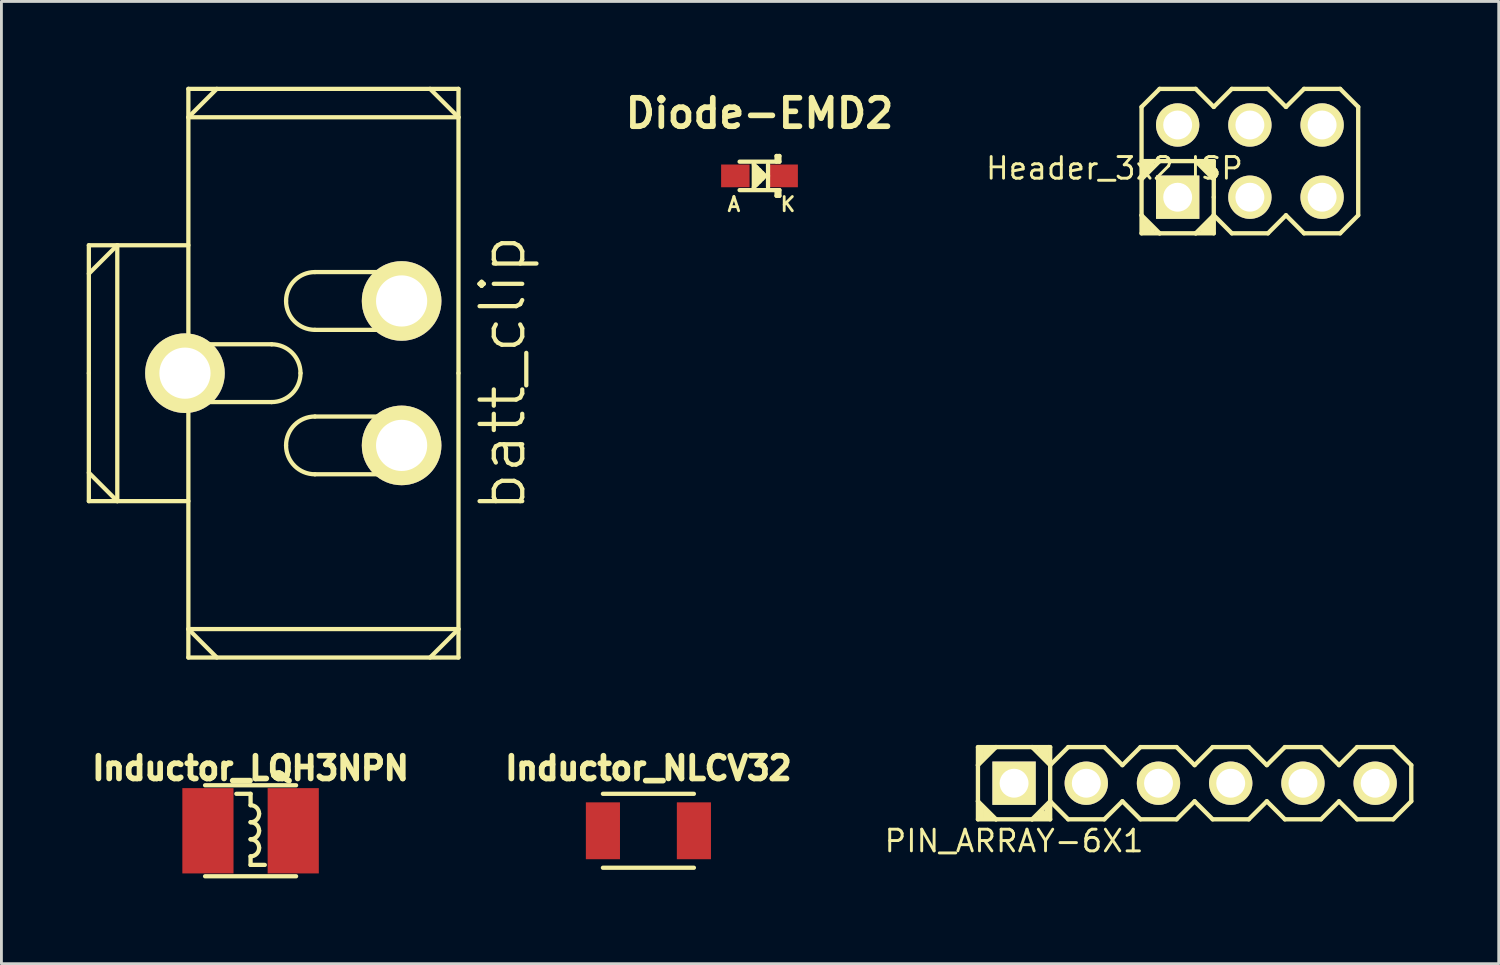
<source format=kicad_pcb>
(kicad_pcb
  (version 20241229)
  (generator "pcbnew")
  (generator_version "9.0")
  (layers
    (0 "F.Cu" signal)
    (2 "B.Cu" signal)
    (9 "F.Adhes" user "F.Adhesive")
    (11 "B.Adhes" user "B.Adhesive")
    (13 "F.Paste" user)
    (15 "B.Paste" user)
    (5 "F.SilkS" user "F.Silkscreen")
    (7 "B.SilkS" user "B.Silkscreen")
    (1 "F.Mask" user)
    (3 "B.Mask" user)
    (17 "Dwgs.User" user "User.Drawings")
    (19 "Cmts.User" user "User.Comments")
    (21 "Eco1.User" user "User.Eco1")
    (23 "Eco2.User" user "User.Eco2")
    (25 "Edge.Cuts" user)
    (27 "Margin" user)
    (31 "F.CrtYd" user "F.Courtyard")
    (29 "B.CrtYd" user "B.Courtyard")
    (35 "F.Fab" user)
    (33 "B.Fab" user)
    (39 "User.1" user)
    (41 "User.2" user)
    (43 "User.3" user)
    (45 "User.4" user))
  (footprint "Inductor_LQH3NPN"
    (layer "F.Cu")
    (at 5.763 26.169)
    (property "Reference" "Inductor_LQH3NPN" (at 0 -2.2 0) (layer "F.SilkS") (effects (font (size 0.8 0.8) (thickness 0.2))))
    (attr smd)
    (fp_line (start -1.6 1.6) (end 1.6 1.6) (stroke (width 0.15) (type solid)) (layer "F.SilkS"))
    (fp_line (start 0 -1.3) (end -0.5 -1.3) (stroke (width 0.15) (type solid)) (layer "F.SilkS"))
    (fp_line (start 0 -0.9) (end 0 -1.3) (stroke (width 0.15) (type solid)) (layer "F.SilkS"))
    (fp_line (start 0 0.9) (end 0 1.2) (stroke (width 0.15) (type solid)) (layer "F.SilkS"))
    (fp_line (start 0 1.2) (end 0.5 1.2) (stroke (width 0.15) (type solid)) (layer "F.SilkS"))
    (fp_line (start 1.6 -1.6) (end -1.6 -1.6) (stroke (width 0.15) (type solid)) (layer "F.SilkS"))
    (fp_arc (start 0 -0.9) (mid 0.212132 -0.812132) (end 0.3 -0.6) (stroke (width 0.15) (type solid)) (layer "F.SilkS"))
    (fp_arc (start 0 -0.3) (mid 0.212132 -0.212132) (end 0.3 0) (stroke (width 0.15) (type solid)) (layer "F.SilkS"))
    (fp_arc (start 0 0.3) (mid 0.212132 0.387868) (end 0.3 0.6) (stroke (width 0.15) (type solid)) (layer "F.SilkS"))
    (fp_arc (start 0.3 -0.6) (mid 0.212132 -0.387868) (end 0 -0.3) (stroke (width 0.15) (type solid)) (layer "F.SilkS"))
    (fp_arc (start 0.3 0) (mid 0.212132 0.212132) (end 0 0.3) (stroke (width 0.15) (type solid)) (layer "F.SilkS"))
    (fp_arc (start 0.3 0.6) (mid 0.212132 0.812132) (end 0 0.9) (stroke (width 0.15) (type solid)) (layer "F.SilkS"))
    (pad "1" smd rect (at -1.5 0) (size 1.8 3) (layers "F.Cu" "F.Mask" "F.Paste"))
    (pad "2" smd rect (at 1.5 0) (size 1.8 3) (layers "F.Cu" "F.Mask" "F.Paste")))
  (footprint "Header_3x2_ISP"
    (layer "F.Cu")
    (at 38.369 3.886)
    (property "Reference" "Header_3x2_ISP" (at -2.223 -1.016 0) (layer "F.SilkS") (effects (font (size 0.762 0.762) (thickness 0.102))))
    (attr through_hole)
    (fp_line (start -1.27 -3.175) (end -0.635 -3.81) (stroke (width 0.152) (type solid)) (layer "F.SilkS"))
    (fp_line (start -1.27 0.635) (end -1.27 -3.175) (stroke (width 0.152) (type solid)) (layer "F.SilkS"))
    (fp_line (start -1.27 0.635) (end -1.27 1.27) (stroke (width 0.152) (type solid)) (layer "F.SilkS"))
    (fp_line (start -1.27 1.27) (end -0.635 1.27) (stroke (width 0.152) (type solid)) (layer "F.SilkS"))
    (fp_line (start -1.143 -1.206) (end -1.143 -0.826) (stroke (width 0.152) (type solid)) (layer "F.SilkS"))
    (fp_line (start -1.143 1.206) (end -1.143 0.826) (stroke (width 0.152) (type solid)) (layer "F.SilkS"))
    (fp_line (start -1.016 -1.206) (end -1.016 -0.953) (stroke (width 0.152) (type solid)) (layer "F.SilkS"))
    (fp_line (start -1.016 1.206) (end -1.016 0.953) (stroke (width 0.152) (type solid)) (layer "F.SilkS"))
    (fp_line (start -0.889 -1.206) (end -0.889 -1.079) (stroke (width 0.152) (type solid)) (layer "F.SilkS"))
    (fp_line (start -0.889 1.206) (end -0.889 1.079) (stroke (width 0.152) (type solid)) (layer "F.SilkS"))
    (fp_line (start -0.635 -3.81) (end 0.635 -3.81) (stroke (width 0.152) (type solid)) (layer "F.SilkS"))
    (fp_line (start -0.635 -1.27) (end -1.27 -1.27) (stroke (width 0.152) (type solid)) (layer "F.SilkS"))
    (fp_line (start -0.635 -1.27) (end -1.27 -0.635) (stroke (width 0.152) (type solid)) (layer "F.SilkS"))
    (fp_line (start -0.635 1.27) (end -1.27 0.635) (stroke (width 0.152) (type solid)) (layer "F.SilkS"))
    (fp_line (start 0.635 -3.81) (end 1.27 -3.175) (stroke (width 0.152) (type solid)) (layer "F.SilkS"))
    (fp_line (start 0.635 -1.27) (end -0.635 -1.27) (stroke (width 0.152) (type solid)) (layer "F.SilkS"))
    (fp_line (start 0.635 -1.27) (end 1.27 -1.27) (stroke (width 0.152) (type solid)) (layer "F.SilkS"))
    (fp_line (start 0.635 1.27) (end -0.635 1.27) (stroke (width 0.152) (type solid)) (layer "F.SilkS"))
    (fp_line (start 0.889 -1.206) (end 0.889 -1.079) (stroke (width 0.152) (type solid)) (layer "F.SilkS"))
    (fp_line (start 0.889 1.206) (end 0.889 1.079) (stroke (width 0.152) (type solid)) (layer "F.SilkS"))
    (fp_line (start 1.016 -1.206) (end 1.016 -0.953) (stroke (width 0.152) (type solid)) (layer "F.SilkS"))
    (fp_line (start 1.016 1.206) (end 1.016 0.953) (stroke (width 0.152) (type solid)) (layer "F.SilkS"))
    (fp_line (start 1.143 -1.206) (end 1.143 -0.826) (stroke (width 0.152) (type solid)) (layer "F.SilkS"))
    (fp_line (start 1.143 1.206) (end 1.143 0.826) (stroke (width 0.152) (type solid)) (layer "F.SilkS"))
    (fp_line (start 1.27 -3.175) (end 1.905 -3.81) (stroke (width 0.152) (type solid)) (layer "F.SilkS"))
    (fp_line (start 1.27 -1.27) (end 1.27 -0.635) (stroke (width 0.152) (type solid)) (layer "F.SilkS"))
    (fp_line (start 1.27 -0.635) (end 0.635 -1.27) (stroke (width 0.152) (type solid)) (layer "F.SilkS"))
    (fp_line (start 1.27 0) (end 1.27 -0.635) (stroke (width 0.152) (type solid)) (layer "F.SilkS"))
    (fp_line (start 1.27 0.635) (end 0.635 1.27) (stroke (width 0.152) (type solid)) (layer "F.SilkS"))
    (fp_line (start 1.27 0.635) (end 1.27 0) (stroke (width 0.152) (type solid)) (layer "F.SilkS"))
    (fp_line (start 1.27 0.635) (end 1.27 1.27) (stroke (width 0.152) (type solid)) (layer "F.SilkS"))
    (fp_line (start 1.27 1.27) (end 0.635 1.27) (stroke (width 0.152) (type solid)) (layer "F.SilkS"))
    (fp_line (start 1.905 -3.81) (end 3.175 -3.81) (stroke (width 0.152) (type solid)) (layer "F.SilkS"))
    (fp_line (start 1.905 1.27) (end 1.27 0.635) (stroke (width 0.152) (type solid)) (layer "F.SilkS"))
    (fp_line (start 3.175 -3.81) (end 3.81 -3.175) (stroke (width 0.152) (type solid)) (layer "F.SilkS"))
    (fp_line (start 3.175 1.27) (end 1.905 1.27) (stroke (width 0.152) (type solid)) (layer "F.SilkS"))
    (fp_line (start 3.81 -3.175) (end 4.445 -3.81) (stroke (width 0.152) (type solid)) (layer "F.SilkS"))
    (fp_line (start 3.81 0.635) (end 3.175 1.27) (stroke (width 0.152) (type solid)) (layer "F.SilkS"))
    (fp_line (start 4.445 -3.81) (end 5.715 -3.81) (stroke (width 0.152) (type solid)) (layer "F.SilkS"))
    (fp_line (start 4.445 1.27) (end 3.81 0.635) (stroke (width 0.152) (type solid)) (layer "F.SilkS"))
    (fp_line (start 5.715 -3.81) (end 6.35 -3.175) (stroke (width 0.152) (type solid)) (layer "F.SilkS"))
    (fp_line (start 5.715 1.27) (end 4.445 1.27) (stroke (width 0.152) (type solid)) (layer "F.SilkS"))
    (fp_line (start 6.35 -3.175) (end 6.35 0.635) (stroke (width 0.152) (type solid)) (layer "F.SilkS"))
    (fp_line (start 6.35 0.635) (end 5.715 1.27) (stroke (width 0.152) (type solid)) (layer "F.SilkS"))
    (pad "1" thru_hole rect (at 0 0) (size 1.524 1.524) (drill 1.016) (layers "*.Cu" "*.Mask" "F.SilkS"))
    (pad "2" thru_hole circle (at 0 -2.54) (size 1.524 1.524) (drill 1.016) (layers "*.Cu" "*.Mask" "F.SilkS"))
    (pad "3" thru_hole circle (at 2.54 0) (size 1.524 1.524) (drill 1.016) (layers "*.Cu" "*.Mask" "F.SilkS"))
    (pad "4" thru_hole circle (at 2.54 -2.54) (size 1.524 1.524) (drill 1.016) (layers "*.Cu" "*.Mask" "F.SilkS"))
    (pad "5" thru_hole circle (at 5.08 0) (size 1.524 1.524) (drill 1.016) (layers "*.Cu" "*.Mask" "F.SilkS"))
    (pad "6" thru_hole circle (at 5.08 -2.54) (size 1.524 1.524) (drill 1.016) (layers "*.Cu" "*.Mask" "F.SilkS")))
  (footprint "Inductor_NLCV32"
    (layer "F.Cu")
    (at 19.755 26.169)
    (property "Reference" "Inductor_NLCV32" (at 0 -2.2 0) (layer "F.SilkS") (effects (font (size 0.8 0.8) (thickness 0.2))))
    (attr smd)
    (fp_line (start -1.6 1.3) (end 1.6 1.3) (stroke (width 0.15) (type solid)) (layer "F.SilkS"))
    (fp_line (start 1.6 -1.3) (end -1.6 -1.3) (stroke (width 0.15) (type solid)) (layer "F.SilkS"))
    (pad "1" smd rect (at -1.6 0) (size 1.2 2) (layers "F.Cu" "F.Mask" "F.Paste"))
    (pad "2" smd rect (at 1.6 0) (size 1.2 2) (layers "F.Cu" "F.Mask" "F.Paste")))
  (footprint "batt_clip"
    (layer "F.Cu")
    (at 11.075 10.075)
    (property "Reference" "batt_clip" (at 3.556 0 90) (layer "F.SilkS") (effects (font (size 1.5 1.5) (thickness 0.15))))
    (attr through_hole)
    (fp_line (start -11 -4.5) (end -11 0) (stroke (width 0.15) (type solid)) (layer "F.SilkS"))
    (fp_line (start -11 0) (end -11 4.5) (stroke (width 0.15) (type solid)) (layer "F.SilkS"))
    (fp_line (start -11 4.5) (end -7.5 4.5) (stroke (width 0.15) (type solid)) (layer "F.SilkS"))
    (fp_line (start -10 -4.5) (end -11 -3.5) (stroke (width 0.15) (type solid)) (layer "F.SilkS"))
    (fp_line (start -10 4.5) (end -11 3.5) (stroke (width 0.15) (type solid)) (layer "F.SilkS"))
    (fp_line (start -10 4.5) (end -10 -4.5) (stroke (width 0.15) (type solid)) (layer "F.SilkS"))
    (fp_line (start -7.5 -10) (end 2 -10) (stroke (width 0.15) (type solid)) (layer "F.SilkS"))
    (fp_line (start -7.5 -9) (end -6.5 -10) (stroke (width 0.15) (type solid)) (layer "F.SilkS"))
    (fp_line (start -7.5 -4.5) (end -11 -4.5) (stroke (width 0.15) (type solid)) (layer "F.SilkS"))
    (fp_line (start -7.5 -1) (end -7.5 -10) (stroke (width 0.15) (type solid)) (layer "F.SilkS"))
    (fp_line (start -7.5 9) (end -6.5 10) (stroke (width 0.15) (type solid)) (layer "F.SilkS"))
    (fp_line (start -7.5 9) (end 2 9) (stroke (width 0.15) (type solid)) (layer "F.SilkS"))
    (fp_line (start -7.5 10) (end -7.5 1) (stroke (width 0.15) (type solid)) (layer "F.SilkS"))
    (fp_line (start -4.572 -1.016) (end -7.366 -1.016) (stroke (width 0.15) (type solid)) (layer "F.SilkS"))
    (fp_line (start -4.572 1.016) (end -7.366 1.016) (stroke (width 0.15) (type solid)) (layer "F.SilkS"))
    (fp_line (start -3.048 -3.556) (end 0 -3.556) (stroke (width 0.15) (type solid)) (layer "F.SilkS"))
    (fp_line (start -3.048 -1.524) (end 0 -1.524) (stroke (width 0.15) (type solid)) (layer "F.SilkS"))
    (fp_line (start -3.048 1.524) (end 0 1.524) (stroke (width 0.15) (type solid)) (layer "F.SilkS"))
    (fp_line (start -3.048 3.556) (end 0 3.556) (stroke (width 0.15) (type solid)) (layer "F.SilkS"))
    (fp_line (start 2 -9) (end -7.5 -9) (stroke (width 0.15) (type solid)) (layer "F.SilkS"))
    (fp_line (start 2 -9) (end 1 -10) (stroke (width 0.15) (type solid)) (layer "F.SilkS"))
    (fp_line (start 2 0) (end 2 -10) (stroke (width 0.15) (type solid)) (layer "F.SilkS"))
    (fp_line (start 2 9) (end 1 10) (stroke (width 0.15) (type solid)) (layer "F.SilkS"))
    (fp_line (start 2 10) (end -7.5 10) (stroke (width 0.15) (type solid)) (layer "F.SilkS"))
    (fp_line (start 2 10) (end 2 0) (stroke (width 0.15) (type solid)) (layer "F.SilkS"))
    (fp_arc (start -4.572 -1.016) (mid -3.85358 -0.71842) (end -3.556 0) (stroke (width 0.15) (type solid)) (layer "F.SilkS"))
    (fp_arc (start -4.064 -2.54) (mid -3.76642 -3.25842) (end -3.048 -3.556) (stroke (width 0.15) (type solid)) (layer "F.SilkS"))
    (fp_arc (start -4.064 2.54) (mid -3.76642 1.82158) (end -3.048 1.524) (stroke (width 0.15) (type solid)) (layer "F.SilkS"))
    (fp_arc (start -3.556 0) (mid -3.85358 0.71842) (end -4.572 1.016) (stroke (width 0.15) (type solid)) (layer "F.SilkS"))
    (fp_arc (start -3.048 -1.524) (mid -3.76642 -1.82158) (end -4.064 -2.54) (stroke (width 0.15) (type solid)) (layer "F.SilkS"))
    (fp_arc (start -3.048 3.556) (mid -3.76642 3.25842) (end -4.064 2.54) (stroke (width 0.15) (type solid)) (layer "F.SilkS"))
    (pad "1" thru_hole circle (at -7.62 0) (size 2.8 2.8) (drill 1.8) (layers "*.Cu" "*.Mask" "F.SilkS"))
    (pad "1" thru_hole circle (at 0 -2.54) (size 2.8 2.8) (drill 1.8) (layers "*.Cu" "*.Mask" "F.SilkS"))
    (pad "1" thru_hole circle (at 0 2.54) (size 2.8 2.8) (drill 1.8) (layers "*.Cu" "*.Mask" "F.SilkS")))
  (footprint "PIN_ARRAY-6X1"
    (layer "F.Cu")
    (at 38.965 24.496)
    (property "Reference" "PIN_ARRAY-6X1" (at -6.35 2.032 0) (layer "F.SilkS") (effects (font (size 0.762 0.762) (thickness 0.102))))
    (attr through_hole)
    (fp_line (start -7.62 -1.27) (end -6.985 -1.27) (stroke (width 0.152) (type solid)) (layer "F.SilkS"))
    (fp_line (start -7.62 -0.635) (end -7.62 -1.27) (stroke (width 0.152) (type solid)) (layer "F.SilkS"))
    (fp_line (start -7.62 -0.635) (end -7.62 0.635) (stroke (width 0.152) (type solid)) (layer "F.SilkS"))
    (fp_line (start -7.62 0.635) (end -7.62 1.27) (stroke (width 0.152) (type solid)) (layer "F.SilkS"))
    (fp_line (start -7.62 0.635) (end -6.985 1.27) (stroke (width 0.152) (type solid)) (layer "F.SilkS"))
    (fp_line (start -7.62 1.27) (end -6.985 1.27) (stroke (width 0.152) (type solid)) (layer "F.SilkS"))
    (fp_line (start -7.493 -1.206) (end -7.493 -0.826) (stroke (width 0.152) (type solid)) (layer "F.SilkS"))
    (fp_line (start -7.493 1.206) (end -7.493 0.826) (stroke (width 0.152) (type solid)) (layer "F.SilkS"))
    (fp_line (start -7.366 -1.206) (end -7.366 -0.953) (stroke (width 0.152) (type solid)) (layer "F.SilkS"))
    (fp_line (start -7.366 1.206) (end -7.366 0.953) (stroke (width 0.152) (type solid)) (layer "F.SilkS"))
    (fp_line (start -7.239 -1.206) (end -7.239 -1.079) (stroke (width 0.152) (type solid)) (layer "F.SilkS"))
    (fp_line (start -7.239 1.206) (end -7.239 1.079) (stroke (width 0.152) (type solid)) (layer "F.SilkS"))
    (fp_line (start -6.985 -1.27) (end -7.62 -0.635) (stroke (width 0.152) (type solid)) (layer "F.SilkS"))
    (fp_line (start -6.985 1.27) (end -5.715 1.27) (stroke (width 0.152) (type solid)) (layer "F.SilkS"))
    (fp_line (start -5.715 -1.27) (end -6.985 -1.27) (stroke (width 0.152) (type solid)) (layer "F.SilkS"))
    (fp_line (start -5.715 -1.27) (end -5.144 -1.27) (stroke (width 0.152) (type solid)) (layer "F.SilkS"))
    (fp_line (start -5.715 1.27) (end -5.08 0.635) (stroke (width 0.152) (type solid)) (layer "F.SilkS"))
    (fp_line (start -5.461 -1.206) (end -5.461 -1.079) (stroke (width 0.152) (type solid)) (layer "F.SilkS"))
    (fp_line (start -5.461 1.206) (end -5.461 1.079) (stroke (width 0.152) (type solid)) (layer "F.SilkS"))
    (fp_line (start -5.334 -1.206) (end -5.334 -0.953) (stroke (width 0.152) (type solid)) (layer "F.SilkS"))
    (fp_line (start -5.334 1.206) (end -5.334 1.016) (stroke (width 0.152) (type solid)) (layer "F.SilkS"))
    (fp_line (start -5.207 -1.206) (end -5.207 -0.826) (stroke (width 0.152) (type solid)) (layer "F.SilkS"))
    (fp_line (start -5.207 1.206) (end -5.207 0.826) (stroke (width 0.152) (type solid)) (layer "F.SilkS"))
    (fp_line (start -5.144 -1.27) (end -5.08 -1.27) (stroke (width 0.152) (type solid)) (layer "F.SilkS"))
    (fp_line (start -5.08 -1.27) (end -5.08 -0.699) (stroke (width 0.152) (type solid)) (layer "F.SilkS"))
    (fp_line (start -5.08 -0.635) (end -5.715 -1.27) (stroke (width 0.152) (type solid)) (layer "F.SilkS"))
    (fp_line (start -5.08 -0.635) (end -5.08 0.635) (stroke (width 0.152) (type solid)) (layer "F.SilkS"))
    (fp_line (start -5.08 0.635) (end -5.08 1.27) (stroke (width 0.152) (type solid)) (layer "F.SilkS"))
    (fp_line (start -5.08 0.635) (end -4.445 1.27) (stroke (width 0.152) (type solid)) (layer "F.SilkS"))
    (fp_line (start -5.08 1.27) (end -5.715 1.27) (stroke (width 0.152) (type solid)) (layer "F.SilkS"))
    (fp_line (start -4.445 -1.27) (end -5.08 -0.635) (stroke (width 0.152) (type solid)) (layer "F.SilkS"))
    (fp_line (start -4.445 1.27) (end -3.175 1.27) (stroke (width 0.152) (type solid)) (layer "F.SilkS"))
    (fp_line (start -3.175 -1.27) (end -4.445 -1.27) (stroke (width 0.152) (type solid)) (layer "F.SilkS"))
    (fp_line (start -3.175 1.27) (end -2.54 0.635) (stroke (width 0.152) (type solid)) (layer "F.SilkS"))
    (fp_line (start -2.54 -0.635) (end -3.175 -1.27) (stroke (width 0.152) (type solid)) (layer "F.SilkS"))
    (fp_line (start -2.54 0.635) (end -1.905 1.27) (stroke (width 0.152) (type solid)) (layer "F.SilkS"))
    (fp_line (start -1.905 -1.27) (end -2.54 -0.635) (stroke (width 0.152) (type solid)) (layer "F.SilkS"))
    (fp_line (start -1.905 1.27) (end -0.635 1.27) (stroke (width 0.152) (type solid)) (layer "F.SilkS"))
    (fp_line (start -0.635 -1.27) (end -1.905 -1.27) (stroke (width 0.152) (type solid)) (layer "F.SilkS"))
    (fp_line (start -0.635 1.27) (end 0 0.635) (stroke (width 0.152) (type solid)) (layer "F.SilkS"))
    (fp_line (start 0 -0.635) (end -0.635 -1.27) (stroke (width 0.152) (type solid)) (layer "F.SilkS"))
    (fp_line (start 0 0.635) (end 0.635 1.27) (stroke (width 0.152) (type solid)) (layer "F.SilkS"))
    (fp_line (start 0.635 -1.27) (end 0 -0.635) (stroke (width 0.152) (type solid)) (layer "F.SilkS"))
    (fp_line (start 0.635 1.27) (end 1.905 1.27) (stroke (width 0.152) (type solid)) (layer "F.SilkS"))
    (fp_line (start 1.905 -1.27) (end 0.635 -1.27) (stroke (width 0.152) (type solid)) (layer "F.SilkS"))
    (fp_line (start 1.905 1.27) (end 2.54 0.635) (stroke (width 0.152) (type solid)) (layer "F.SilkS"))
    (fp_line (start 2.54 -0.635) (end 1.905 -1.27) (stroke (width 0.152) (type solid)) (layer "F.SilkS"))
    (fp_line (start 2.54 0.635) (end 3.175 1.27) (stroke (width 0.152) (type solid)) (layer "F.SilkS"))
    (fp_line (start 3.175 -1.27) (end 2.54 -0.635) (stroke (width 0.152) (type solid)) (layer "F.SilkS"))
    (fp_line (start 3.175 1.27) (end 4.445 1.27) (stroke (width 0.152) (type solid)) (layer "F.SilkS"))
    (fp_line (start 4.445 -1.27) (end 3.175 -1.27) (stroke (width 0.152) (type solid)) (layer "F.SilkS"))
    (fp_line (start 4.445 1.27) (end 5.08 0.635) (stroke (width 0.152) (type solid)) (layer "F.SilkS"))
    (fp_line (start 5.08 -0.635) (end 4.445 -1.27) (stroke (width 0.152) (type solid)) (layer "F.SilkS"))
    (fp_line (start 5.08 0.635) (end 5.715 1.27) (stroke (width 0.152) (type solid)) (layer "F.SilkS"))
    (fp_line (start 5.715 -1.27) (end 5.08 -0.635) (stroke (width 0.152) (type solid)) (layer "F.SilkS"))
    (fp_line (start 5.715 1.27) (end 6.985 1.27) (stroke (width 0.152) (type solid)) (layer "F.SilkS"))
    (fp_line (start 6.985 -1.27) (end 5.715 -1.27) (stroke (width 0.152) (type solid)) (layer "F.SilkS"))
    (fp_line (start 6.985 1.27) (end 7.62 0.635) (stroke (width 0.152) (type solid)) (layer "F.SilkS"))
    (fp_line (start 7.62 -0.635) (end 6.985 -1.27) (stroke (width 0.152) (type solid)) (layer "F.SilkS"))
    (fp_line (start 7.62 0.635) (end 7.62 -0.635) (stroke (width 0.152) (type solid)) (layer "F.SilkS"))
    (pad "1" thru_hole rect (at -6.35 0) (size 1.524 1.524) (drill 1.016) (layers "*.Cu" "*.Mask" "F.SilkS"))
    (pad "2" thru_hole circle (at -3.81 0) (size 1.524 1.524) (drill 1.016) (layers "*.Cu" "*.Mask" "F.SilkS"))
    (pad "3" thru_hole circle (at -1.27 0) (size 1.524 1.524) (drill 1.016) (layers "*.Cu" "*.Mask" "F.SilkS"))
    (pad "4" thru_hole circle (at 1.27 0) (size 1.524 1.524) (drill 1.016) (layers "*.Cu" "*.Mask" "F.SilkS"))
    (pad "5" thru_hole circle (at 3.81 0) (size 1.524 1.524) (drill 1.016) (layers "*.Cu" "*.Mask" "F.SilkS"))
    (pad "6" thru_hole circle (at 6.35 0) (size 1.524 1.524) (drill 1.016) (layers "*.Cu" "*.Mask" "F.SilkS")))
  (footprint "Diode-EMD2"
    (layer "F.Cu")
    (at 23.662 3.136)
    (property "Reference" "Diode-EMD2" (at 0 -2.2 0) (layer "F.SilkS") (effects (font (size 1 1) (thickness 0.2))))
    (attr smd)
    (fp_line (start -0.7 -0.5) (end 0.7 -0.5) (stroke (width 0.15) (type solid)) (layer "F.SilkS"))
    (fp_line (start -0.2 -0.4) (end -0.2 0.4) (stroke (width 0.15) (type solid)) (layer "F.SilkS"))
    (fp_line (start -0.2 0.4) (end 0.2 0) (stroke (width 0.15) (type solid)) (layer "F.SilkS"))
    (fp_line (start -0.1 -0.3) (end -0.1 0.3) (stroke (width 0.15) (type solid)) (layer "F.SilkS"))
    (fp_line (start 0 0.2) (end 0 -0.2) (stroke (width 0.15) (type solid)) (layer "F.SilkS"))
    (fp_line (start 0.1 -0.1) (end 0.1 0.1) (stroke (width 0.15) (type solid)) (layer "F.SilkS"))
    (fp_line (start 0.2 0) (end -0.2 -0.4) (stroke (width 0.15) (type solid)) (layer "F.SilkS"))
    (fp_line (start 0.3 0) (end 0.3 -0.4) (stroke (width 0.15) (type solid)) (layer "F.SilkS"))
    (fp_line (start 0.3 0) (end 0.3 0.4) (stroke (width 0.15) (type solid)) (layer "F.SilkS"))
    (fp_line (start 0.6 -0.7) (end 0.6 -0.5) (stroke (width 0.15) (type solid)) (layer "F.SilkS"))
    (fp_line (start 0.6 0.7) (end 0.6 0.5) (stroke (width 0.15) (type solid)) (layer "F.SilkS"))
    (fp_line (start 0.7 -0.7) (end 0.6 -0.7) (stroke (width 0.15) (type solid)) (layer "F.SilkS"))
    (fp_line (start 0.7 -0.5) (end 0.7 -0.7) (stroke (width 0.15) (type solid)) (layer "F.SilkS"))
    (fp_line (start 0.7 0.5) (end -0.7 0.5) (stroke (width 0.15) (type solid)) (layer "F.SilkS"))
    (fp_line (start 0.7 0.5) (end 0.7 0.7) (stroke (width 0.15) (type solid)) (layer "F.SilkS"))
    (fp_line (start 0.7 0.7) (end 0.6 0.7) (stroke (width 0.15) (type solid)) (layer "F.SilkS"))
    (fp_text user "K" (at 1 1 0) (layer "F.SilkS") (effects (font (size 0.5 0.5) (thickness 0.099))))
    (fp_text user "A" (at -0.9 1 0) (layer "F.SilkS") (effects (font (size 0.5 0.5) (thickness 0.099))))
    (pad "1" smd rect (at -0.85 0) (size 1 0.8) (layers "F.Cu" "F.Mask" "F.Paste"))
    (pad "2" smd rect (at 0.85 0) (size 1 0.8) (layers "F.Cu" "F.Mask" "F.Paste")))
  (gr_rect
    (start -3 -3)
    (end 49.661 30.844)
    (stroke (width 0.1) (type default))
    (fill no)
    (layer "Edge.Cuts")))
</source>
